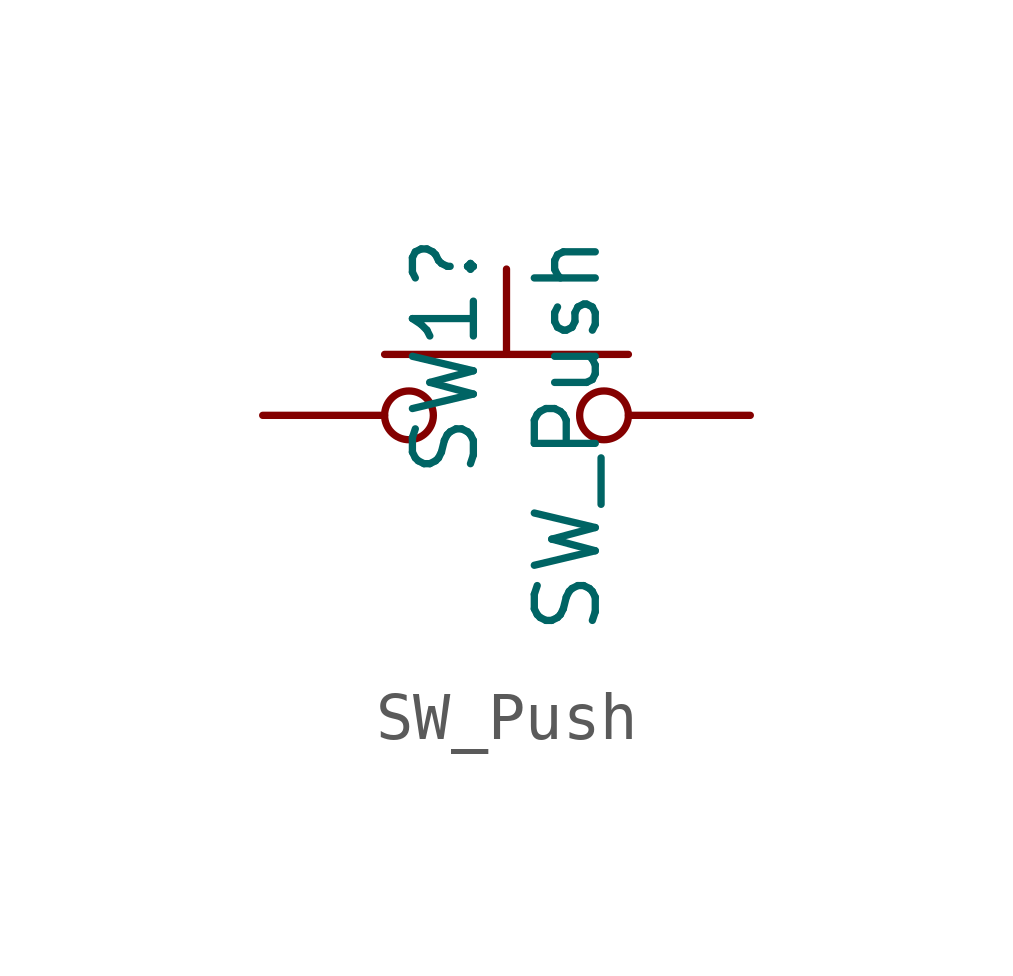
<source format=kicad_sym>
(kicad_symbol_lib
  (version 20211014)
  (generator kicad_symbol_editor)
  (symbol "SW_Push"
    (pin_numbers hide)
    (pin_names
      (offset 1.016) hide)
    (property "Reference" "SW1"
      (at -1.27 3.81 90)
      (effects (font (size 1.27 1.27)) (justify right)))
    (property "Value" "SW_Push"
      (at 1.27 3.81 90)
      (effects (font (size 1.27 1.27)) (justify right)))
    (symbol "SW_Push_0_1"
      (circle (center -2.032 0) (radius 0.508) (stroke (width 0) (type default) (color 0 0 0 0)) (fill (type none)))
      (polyline (pts (xy 0 1.27) (xy 0 3.048)) (stroke (width 0) (type default) (color 0 0 0 0)) (fill (type none)))
      (polyline (pts (xy 2.54 1.27) (xy -2.54 1.27)) (stroke (width 0) (type default) (color 0 0 0 0)) (fill (type none)))
      (circle (center 2.032 0) (radius 0.508) (stroke (width 0) (type default) (color 0 0 0 0)) (fill (type none)))
      (pin passive line (at -5.08 0 0) (length 2.54) (name "A1" (effects (font (size 1.27 1.27)))) (number "A1" (effects (font (size 1.27 1.27)))))
      (pin passive line (at 5.08 0 180) (length 2.54) (name "B1" (effects (font (size 1.27 1.27)))) (number "B1" (effects (font (size 1.27 1.27))))))))
</source>
